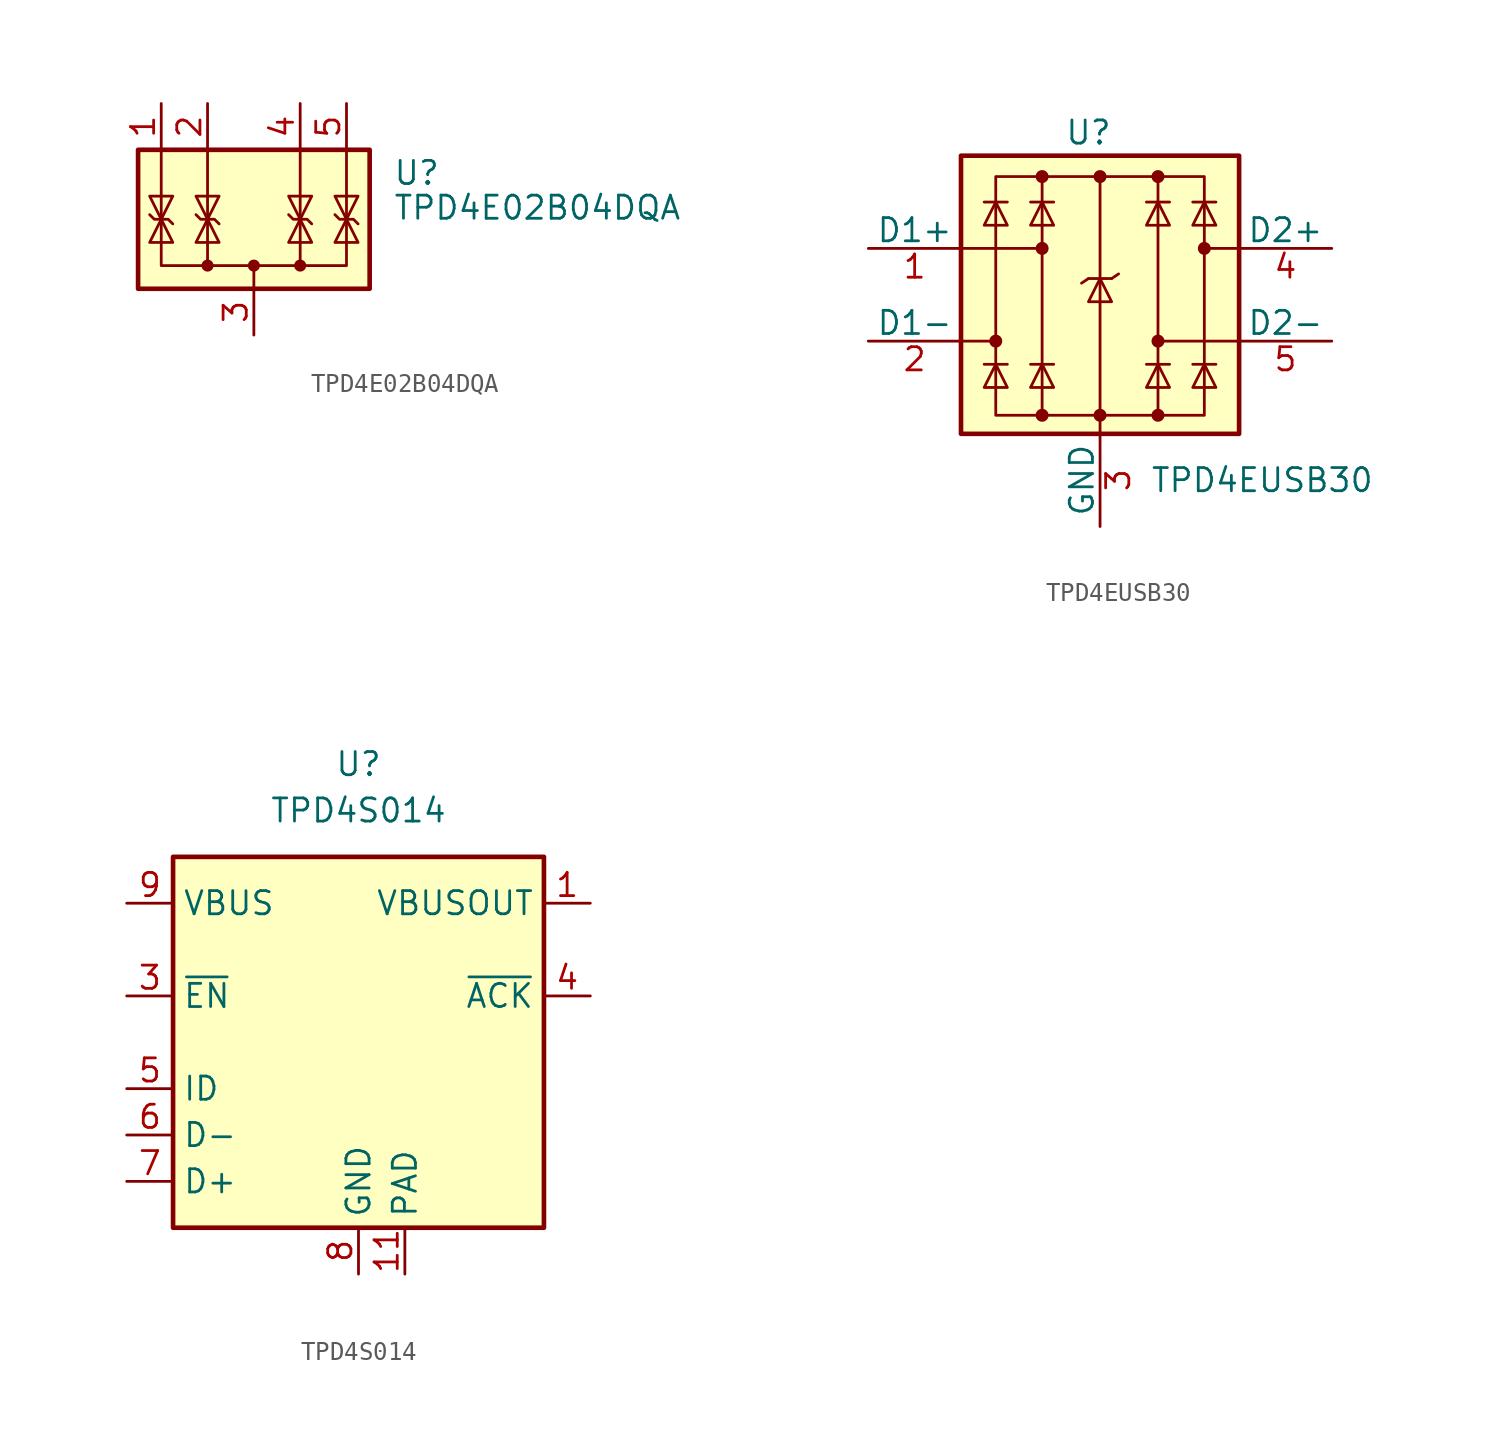
<source format=kicad_sym>
(kicad_symbol_lib
  (version 20201005)
  (generator kicad_symbol_editor)
  (symbol "Power_Protection:TPD4E02B04DQA"
    (pin_names hide)
    (property "Reference" "U"
      (at 7.62 3.81 0)
      (effects (font (size 1.27 1.27)) (justify left)))
    (property "Value" "TPD4E02B04DQA"
      (at 7.62 1.905 0)
      (effects (font (size 1.27 1.27)) (justify left)))
    (symbol "TPD4E02B04DQA_0_0"
      (pin passive line (at 0 -5.08 90) (length 2.54) (name "G" (effects (font (size 1.27 1.27)))) (number "3" (effects (font (size 1.27 1.27))))))
    (symbol "TPD4E02B04DQA_0_1"
      (circle (center 0 -1.27) (radius 0.254) (stroke (width 0)) (fill (type outline)))
      (circle (center 2.54 -1.27) (radius 0.254) (stroke (width 0)) (fill (type outline)))
      (rectangle (start -6.35 5.08) (end 6.35 -2.54) (stroke (width 0.254)) (fill (type background)))
      (polyline (pts (xy -2.54 5.08) (xy -2.54 -1.27)) (stroke (width 0)) (fill (type none)))
      (polyline (pts (xy 0 -1.27) (xy 0 -2.54)) (stroke (width 0)) (fill (type none)))
      (polyline (pts (xy 2.54 5.08) (xy 2.54 -1.27)) (stroke (width 0)) (fill (type none)))
      (polyline (pts (xy -5.08 5.08) (xy -5.08 -1.27) (xy 5.08 -1.27) (xy 5.08 5.08)) (stroke (width 0)) (fill (type none)))
      (polyline (pts (xy -4.445 0) (xy -5.715 0) (xy -5.08 1.27) (xy -4.445 0)) (stroke (width 0)) (fill (type none)))
      (polyline (pts (xy -3.175 1.524) (xy -2.921 1.27) (xy -2.159 1.27) (xy -1.905 1.016)) (stroke (width 0)) (fill (type none)))
      (polyline (pts (xy -2.54 1.27) (xy -1.905 0) (xy -3.175 0) (xy -2.54 1.27)) (stroke (width 0)) (fill (type none)))
      (polyline (pts (xy 2.54 1.27) (xy 1.905 0) (xy 3.175 0) (xy 2.54 1.27)) (stroke (width 0)) (fill (type none)))
      (polyline (pts (xy 5.08 1.27) (xy 4.445 0) (xy 5.715 0) (xy 5.08 1.27)) (stroke (width 0)) (fill (type none))))
    (symbol "TPD4E02B04DQA_1_1"
      (circle (center -2.54 -1.27) (radius 0.254) (stroke (width 0)) (fill (type outline)))
      (polyline (pts (xy -5.715 1.524) (xy -5.461 1.27) (xy -4.699 1.27) (xy -4.445 1.016)) (stroke (width 0)) (fill (type none)))
      (polyline (pts (xy -5.08 1.27) (xy -5.715 2.54) (xy -4.445 2.54) (xy -5.08 1.27)) (stroke (width 0)) (fill (type none)))
      (polyline (pts (xy -2.54 1.27) (xy -3.175 2.54) (xy -1.905 2.54) (xy -2.54 1.27)) (stroke (width 0)) (fill (type none)))
      (polyline (pts (xy 1.905 1.524) (xy 2.159 1.27) (xy 2.921 1.27) (xy 3.175 1.016)) (stroke (width 0)) (fill (type none)))
      (polyline (pts (xy 2.54 1.27) (xy 1.905 2.54) (xy 3.175 2.54) (xy 2.54 1.27)) (stroke (width 0)) (fill (type none)))
      (polyline (pts (xy 4.445 1.524) (xy 4.699 1.27) (xy 5.461 1.27) (xy 5.715 1.016)) (stroke (width 0)) (fill (type none)))
      (polyline (pts (xy 5.08 1.27) (xy 4.445 2.54) (xy 5.715 2.54) (xy 5.08 1.27)) (stroke (width 0)) (fill (type none)))
      (pin passive line (at -5.08 7.62 270) (length 2.54) (name "IO1" (effects (font (size 1.27 1.27)))) (number "1" (effects (font (size 1.27 1.27)))))
      (pin no_connect line (at -5.08 -2.54 90) (length 2.54) hide (name "NC" (effects (font (size 1.27 1.27)))) (number "10" (effects (font (size 1.27 1.27)))))
      (pin passive line (at -2.54 7.62 270) (length 2.54) (name "IO2" (effects (font (size 1.27 1.27)))) (number "2" (effects (font (size 1.27 1.27)))))
      (pin passive line (at 2.54 7.62 270) (length 2.54) (name "IO3" (effects (font (size 1.27 1.27)))) (number "4" (effects (font (size 1.27 1.27)))))
      (pin passive line (at 5.08 7.62 270) (length 2.54) (name "IO4" (effects (font (size 1.27 1.27)))) (number "5" (effects (font (size 1.27 1.27)))))
      (pin no_connect line (at 5.08 -2.54 90) (length 2.54) hide (name "NC" (effects (font (size 1.27 1.27)))) (number "6" (effects (font (size 1.27 1.27)))))
      (pin no_connect line (at 2.54 -2.54 90) (length 2.54) hide (name "NC" (effects (font (size 1.27 1.27)))) (number "7" (effects (font (size 1.27 1.27)))))
      (pin passive line (at 0 -5.08 90) (length 2.54) hide (name "G" (effects (font (size 1.27 1.27)))) (number "8" (effects (font (size 1.27 1.27)))))
      (pin no_connect line (at -2.54 -2.54 90) (length 2.54) hide (name "NC" (effects (font (size 1.27 1.27)))) (number "9" (effects (font (size 1.27 1.27)))))))
  (symbol "Power_Protection:TPD4EUSB30"
    (pin_names
      (offset 0))
    (property "Reference" "U"
      (at -0.635 8.89 0)
      (effects (font (size 1.27 1.27))))
    (property "Value" "TPD4EUSB30"
      (at 8.89 -10.16 0)
      (effects (font (size 1.27 1.27))))
    (symbol "TPD4EUSB30_0_0"
      (rectangle (start -5.715 6.477) (end 5.715 -6.604) (stroke (width 0)) (fill (type none)))
      (polyline (pts (xy -3.175 -6.604) (xy -3.175 6.477)) (stroke (width 0)) (fill (type none)))
      (polyline (pts (xy 0 6.477) (xy 0 -6.604)) (stroke (width 0)) (fill (type none)))
      (polyline (pts (xy 3.175 6.477) (xy 3.175 -6.604)) (stroke (width 0)) (fill (type none))))
    (symbol "TPD4EUSB30_0_1"
      (circle (center -5.715 -2.54) (radius 0.279) (stroke (width 0)) (fill (type outline)))
      (circle (center -3.175 -6.604) (radius 0.279) (stroke (width 0)) (fill (type outline)))
      (circle (center -3.175 2.54) (radius 0.279) (stroke (width 0)) (fill (type outline)))
      (circle (center -3.175 6.477) (radius 0.279) (stroke (width 0)) (fill (type outline)))
      (circle (center 0 -6.604) (radius 0.279) (stroke (width 0)) (fill (type outline)))
      (circle (center 0 6.477) (radius 0.279) (stroke (width 0)) (fill (type outline)))
      (circle (center 3.175 -6.604) (radius 0.279) (stroke (width 0)) (fill (type outline)))
      (circle (center 3.175 -2.54) (radius 0.279) (stroke (width 0)) (fill (type outline)))
      (circle (center 3.175 6.477) (radius 0.279) (stroke (width 0)) (fill (type outline)))
      (circle (center 5.715 2.54) (radius 0.279) (stroke (width 0)) (fill (type outline)))
      (rectangle (start -7.62 7.62) (end 7.62 -7.62) (stroke (width 0.254)) (fill (type background)))
      (polyline (pts (xy -7.747 2.54) (xy -3.175 2.54)) (stroke (width 0)) (fill (type none)))
      (polyline (pts (xy -7.62 -2.54) (xy -5.715 -2.54)) (stroke (width 0)) (fill (type none)))
      (polyline (pts (xy -5.08 -3.81) (xy -6.35 -3.81)) (stroke (width 0)) (fill (type none)))
      (polyline (pts (xy -5.08 5.08) (xy -6.35 5.08)) (stroke (width 0)) (fill (type none)))
      (polyline (pts (xy -2.54 -3.81) (xy -3.81 -3.81)) (stroke (width 0)) (fill (type none)))
      (polyline (pts (xy -2.54 5.08) (xy -3.81 5.08)) (stroke (width 0)) (fill (type none)))
      (polyline (pts (xy -0.635 0.889) (xy -1.016 0.635)) (stroke (width 0)) (fill (type none)))
      (polyline (pts (xy 0 -6.604) (xy 0 -7.62)) (stroke (width 0)) (fill (type none)))
      (polyline (pts (xy 0.635 0.889) (xy -0.635 0.889)) (stroke (width 0)) (fill (type none)))
      (polyline (pts (xy 0.635 0.889) (xy 1.016 1.143)) (stroke (width 0)) (fill (type none)))
      (polyline (pts (xy 3.81 -3.81) (xy 2.54 -3.81)) (stroke (width 0)) (fill (type none)))
      (polyline (pts (xy 3.81 5.08) (xy 2.54 5.08)) (stroke (width 0)) (fill (type none)))
      (polyline (pts (xy 6.35 -3.81) (xy 5.08 -3.81)) (stroke (width 0)) (fill (type none)))
      (polyline (pts (xy 6.35 5.08) (xy 5.08 5.08)) (stroke (width 0)) (fill (type none)))
      (polyline (pts (xy 7.62 -2.54) (xy 3.175 -2.54)) (stroke (width 0)) (fill (type none)))
      (polyline (pts (xy 7.62 2.54) (xy 5.715 2.54)) (stroke (width 0)) (fill (type none)))
      (polyline (pts (xy -5.08 -5.08) (xy -6.35 -5.08) (xy -5.715 -3.81) (xy -5.08 -5.08)) (stroke (width 0)) (fill (type none)))
      (polyline (pts (xy -5.08 3.81) (xy -6.35 3.81) (xy -5.715 5.08) (xy -5.08 3.81)) (stroke (width 0)) (fill (type none)))
      (polyline (pts (xy -2.54 -5.08) (xy -3.81 -5.08) (xy -3.175 -3.81) (xy -2.54 -5.08)) (stroke (width 0)) (fill (type none)))
      (polyline (pts (xy -2.54 3.81) (xy -3.81 3.81) (xy -3.175 5.08) (xy -2.54 3.81)) (stroke (width 0)) (fill (type none)))
      (polyline (pts (xy 0.635 -0.381) (xy -0.635 -0.381) (xy 0 0.889) (xy 0.635 -0.381)) (stroke (width 0)) (fill (type none)))
      (polyline (pts (xy 3.81 -5.08) (xy 2.54 -5.08) (xy 3.175 -3.81) (xy 3.81 -5.08)) (stroke (width 0)) (fill (type none)))
      (polyline (pts (xy 3.81 3.81) (xy 2.54 3.81) (xy 3.175 5.08) (xy 3.81 3.81)) (stroke (width 0)) (fill (type none)))
      (polyline (pts (xy 6.35 -5.08) (xy 5.08 -5.08) (xy 5.715 -3.81) (xy 6.35 -5.08)) (stroke (width 0)) (fill (type none)))
      (polyline (pts (xy 6.35 3.81) (xy 5.08 3.81) (xy 5.715 5.08) (xy 6.35 3.81)) (stroke (width 0)) (fill (type none))))
    (symbol "TPD4EUSB30_1_1"
      (pin passive line (at -12.7 2.54 0) (length 5.08) (name "D1+" (effects (font (size 1.27 1.27)))) (number "1" (effects (font (size 1.27 1.27)))))
      (pin no_connect line (at -5.08 7.62 0) (length 5.08) hide (name "NC" (effects (font (size 1.27 1.27)))) (number "10" (effects (font (size 1.27 1.27)))))
      (pin passive line (at -12.7 -2.54 0) (length 5.08) (name "D1-" (effects (font (size 1.27 1.27)))) (number "2" (effects (font (size 1.27 1.27)))))
      (pin power_in line (at 0 -12.7 90) (length 5.08) (name "GND" (effects (font (size 1.27 1.27)))) (number "3" (effects (font (size 1.27 1.27)))))
      (pin passive line (at 12.7 2.54 180) (length 5.08) (name "D2+" (effects (font (size 1.27 1.27)))) (number "4" (effects (font (size 1.27 1.27)))))
      (pin passive line (at 12.7 -2.54 180) (length 5.08) (name "D2-" (effects (font (size 1.27 1.27)))) (number "5" (effects (font (size 1.27 1.27)))))
      (pin no_connect line (at 5.08 -7.62 180) (length 5.08) hide (name "NC" (effects (font (size 1.27 1.27)))) (number "6" (effects (font (size 1.27 1.27)))))
      (pin no_connect line (at 5.08 7.62 180) (length 5.08) hide (name "NC" (effects (font (size 1.27 1.27)))) (number "7" (effects (font (size 1.27 1.27)))))
      (pin passive line (at 0 -12.7 90) (length 5.08) hide (name "GND" (effects (font (size 1.27 1.27)))) (number "8" (effects (font (size 1.27 1.27)))))
      (pin no_connect line (at -5.08 -7.62 0) (length 5.08) hide (name "NC" (effects (font (size 1.27 1.27)))) (number "9" (effects (font (size 1.27 1.27)))))))
  (symbol "Power_Protection:TPD4S014"
    (property "Reference" "U"
      (at 0 15.24 0)
      (effects (font (size 1.27 1.27))))
    (property "Value" "TPD4S014"
      (at 0 12.7 0)
      (effects (font (size 1.27 1.27))))
    (symbol "TPD4S014_0_1"
      (rectangle (start -10.16 10.16) (end 10.16 -10.16) (stroke (width 0.254)) (fill (type background))))
    (symbol "TPD4S014_1_1"
      (pin power_out line (at 12.7 7.62 180) (length 2.54) (name "VBUSOUT" (effects (font (size 1.27 1.27)))) (number "1" (effects (font (size 1.27 1.27)))))
      (pin passive line (at -12.7 7.62 0) (length 2.54) hide (name "VBUS" (effects (font (size 1.27 1.27)))) (number "10" (effects (font (size 1.27 1.27)))))
      (pin power_in line (at 2.54 -12.7 90) (length 2.54) (name "PAD" (effects (font (size 1.27 1.27)))) (number "11" (effects (font (size 1.27 1.27)))))
      (pin passive line (at 12.7 7.62 180) (length 2.54) hide (name "VBUSOUT" (effects (font (size 1.27 1.27)))) (number "2" (effects (font (size 1.27 1.27)))))
      (pin input line (at -12.7 2.54 0) (length 2.54) (name "~EN" (effects (font (size 1.27 1.27)))) (number "3" (effects (font (size 1.27 1.27)))))
      (pin open_collector line (at 12.7 2.54 180) (length 2.54) (name "~ACK" (effects (font (size 1.27 1.27)))) (number "4" (effects (font (size 1.27 1.27)))))
      (pin passive line (at -12.7 -2.54 0) (length 2.54) (name "ID" (effects (font (size 1.27 1.27)))) (number "5" (effects (font (size 1.27 1.27)))))
      (pin passive line (at -12.7 -5.08 0) (length 2.54) (name "D-" (effects (font (size 1.27 1.27)))) (number "6" (effects (font (size 1.27 1.27)))))
      (pin passive line (at -12.7 -7.62 0) (length 2.54) (name "D+" (effects (font (size 1.27 1.27)))) (number "7" (effects (font (size 1.27 1.27)))))
      (pin power_in line (at 0 -12.7 90) (length 2.54) (name "GND" (effects (font (size 1.27 1.27)))) (number "8" (effects (font (size 1.27 1.27)))))
      (pin power_in line (at -12.7 7.62 0) (length 2.54) (name "VBUS" (effects (font (size 1.27 1.27)))) (number "9" (effects (font (size 1.27 1.27))))))))
</source>
